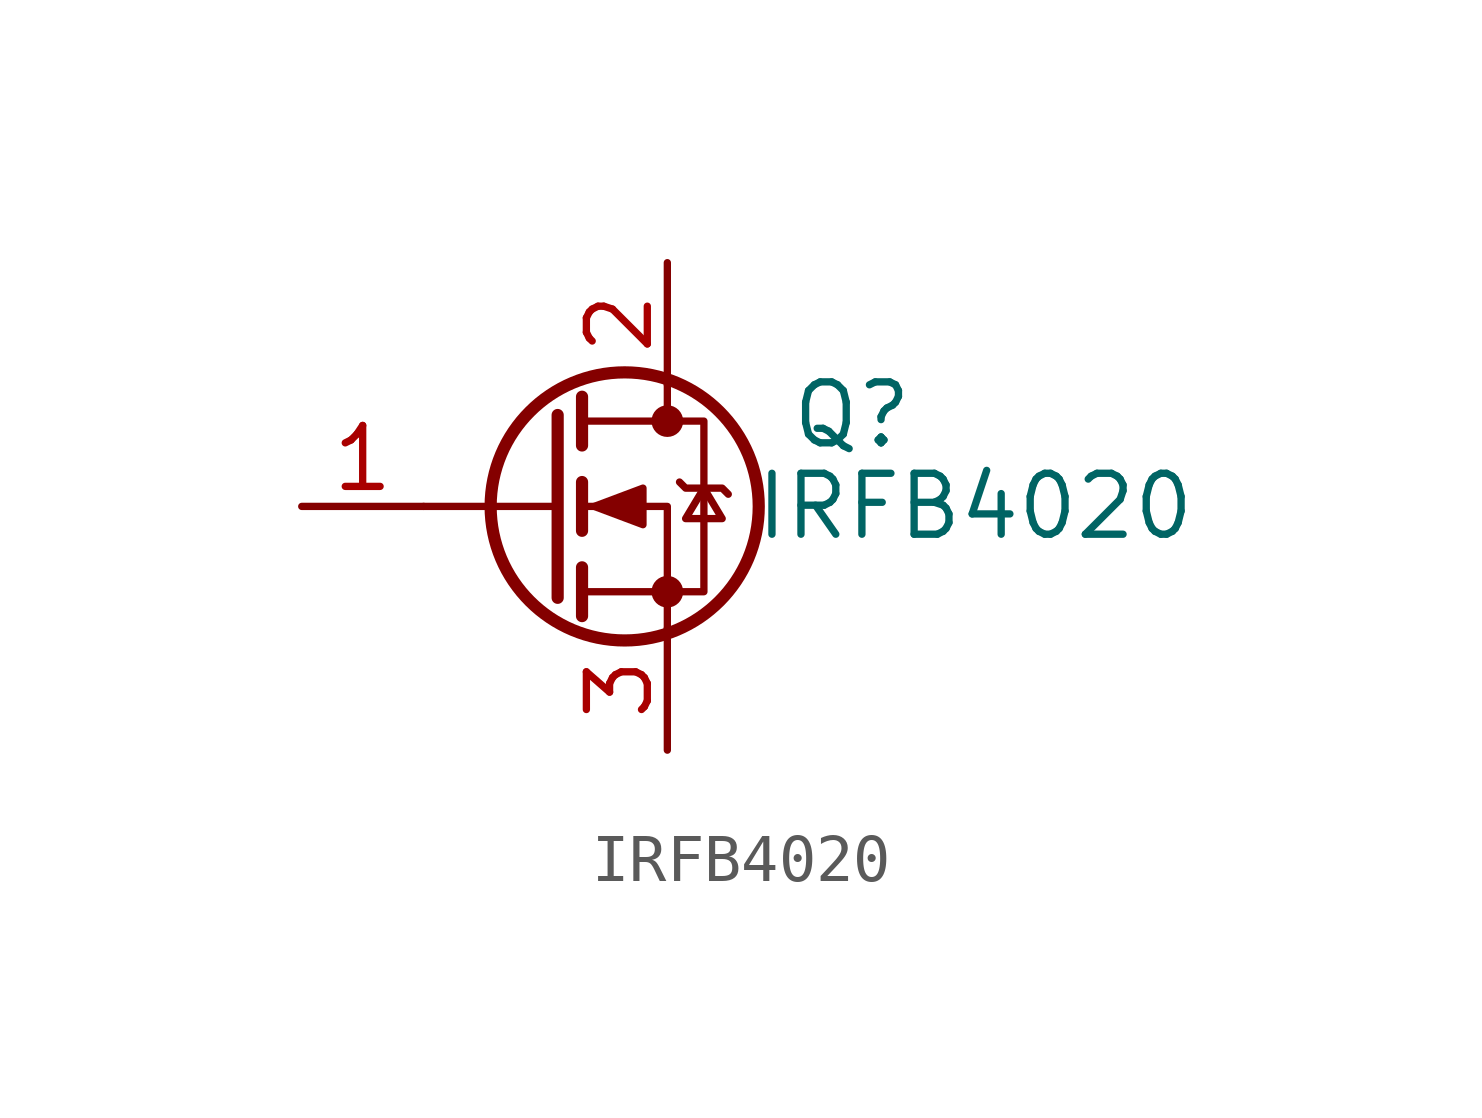
<source format=kicad_sym>
(kicad_symbol_lib
  (version 20241209)
  (generator "kicad_symbol_editor")
  (generator_version "9.0")
  (symbol "IRFB4020"
    (pin_names
      (hide yes))
    (property "Reference" "Q"
      (at 5.08 1.905 0)
      (effects (font (size 1.27 1.27)) (justify left)))
    (property "Value" "IRFB4020"
      (at 4.318 0 0)
      (effects (font (size 1.27 1.27)) (justify left)))
    (symbol "IRFB4020_0_1"
      (polyline (pts (xy 0.254 1.905) (xy 0.254 -1.905)) (stroke (width 0.254) (type default)) (fill (type none)))
      (polyline (pts (xy 0.254 0) (xy -2.54 0)) (stroke (width 0) (type default)) (fill (type none)))
      (polyline (pts (xy 0.762 2.286) (xy 0.762 1.27)) (stroke (width 0.254) (type default)) (fill (type none)))
      (polyline (pts (xy 0.762 0.508) (xy 0.762 -0.508)) (stroke (width 0.254) (type default)) (fill (type none)))
      (polyline (pts (xy 0.762 -1.27) (xy 0.762 -2.286)) (stroke (width 0.254) (type default)) (fill (type none)))
      (polyline (pts (xy 0.762 -1.778) (xy 3.302 -1.778) (xy 3.302 1.778) (xy 0.762 1.778)) (stroke (width 0) (type default)) (fill (type none)))
      (polyline (pts (xy 1.016 0) (xy 2.032 0.381) (xy 2.032 -0.381) (xy 1.016 0)) (stroke (width 0) (type default)) (fill (type outline)))
      (circle (center 1.651 0) (radius 2.794) (stroke (width 0.254) (type default)) (fill (type none)))
      (polyline (pts (xy 2.54 2.54) (xy 2.54 1.778)) (stroke (width 0) (type default)) (fill (type none)))
      (circle (center 2.54 1.778) (radius 0.254) (stroke (width 0) (type default)) (fill (type outline)))
      (circle (center 2.54 -1.778) (radius 0.254) (stroke (width 0) (type default)) (fill (type outline)))
      (polyline (pts (xy 2.54 -2.54) (xy 2.54 0) (xy 0.762 0)) (stroke (width 0) (type default)) (fill (type none)))
      (polyline (pts (xy 2.794 0.508) (xy 2.921 0.381) (xy 3.683 0.381) (xy 3.81 0.254)) (stroke (width 0) (type default)) (fill (type none)))
      (polyline (pts (xy 3.302 0.381) (xy 2.921 -0.254) (xy 3.683 -0.254) (xy 3.302 0.381)) (stroke (width 0) (type default)) (fill (type none))))
    (symbol "IRFB4020_1_1"
      (pin input line (at -5.08 0 0) (length 2.54) (name "G" (effects (font (size 1.27 1.27)))) (number "1" (effects (font (size 1.27 1.27)))))
      (pin passive line (at 2.54 5.08 270) (length 2.54) (name "D" (effects (font (size 1.27 1.27)))) (number "2" (effects (font (size 1.27 1.27)))))
      (pin passive line (at 2.54 -5.08 90) (length 2.54) (name "S" (effects (font (size 1.27 1.27)))) (number "3" (effects (font (size 1.27 1.27))))))))
</source>
